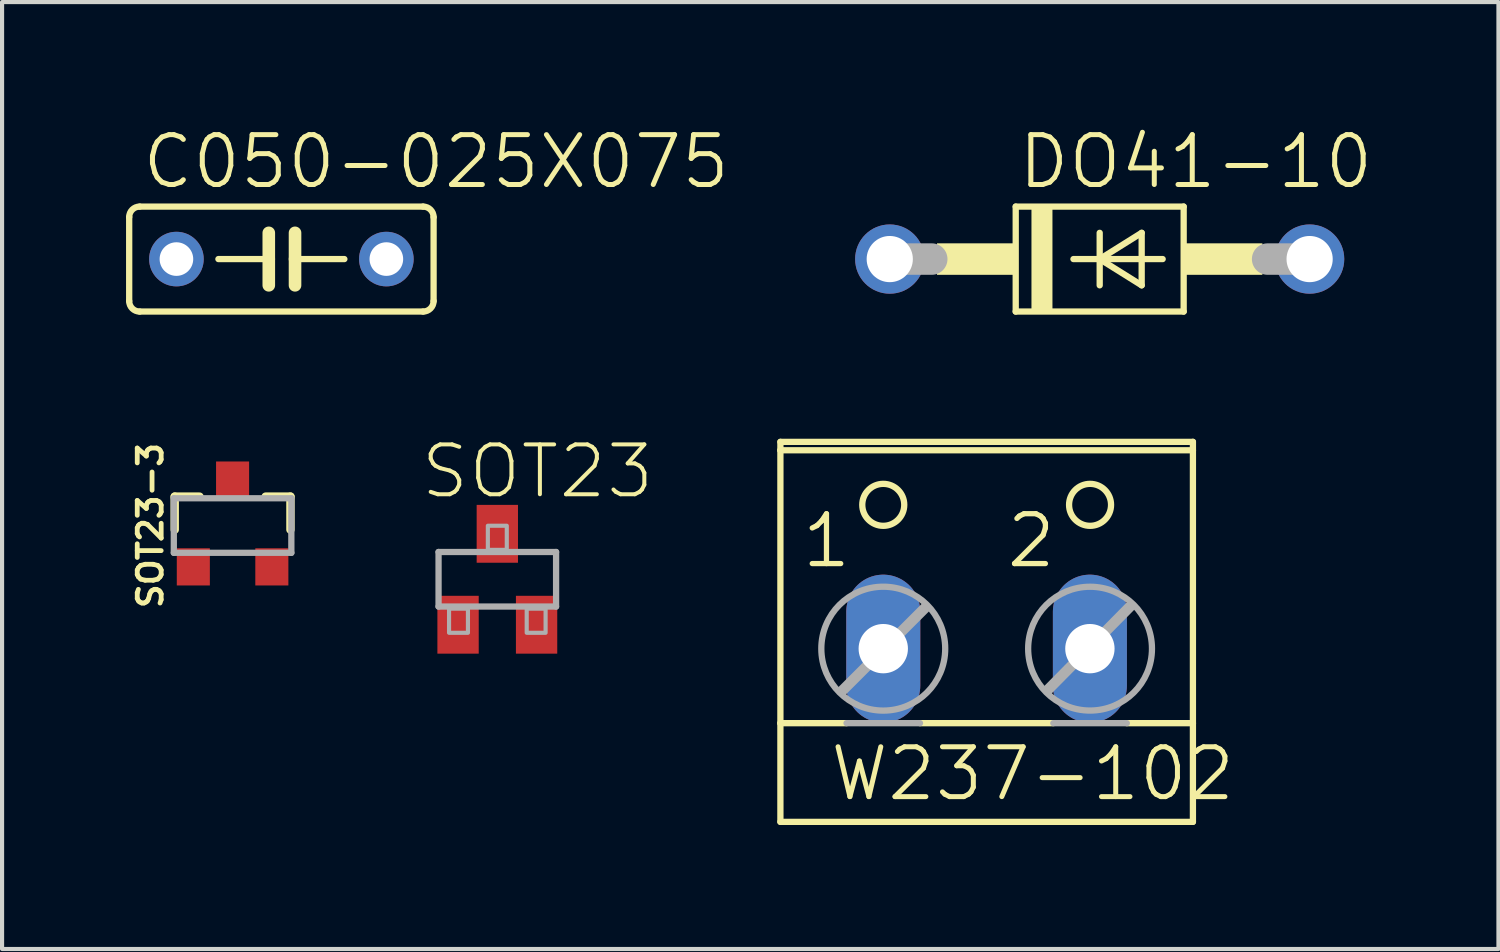
<source format=kicad_pcb>
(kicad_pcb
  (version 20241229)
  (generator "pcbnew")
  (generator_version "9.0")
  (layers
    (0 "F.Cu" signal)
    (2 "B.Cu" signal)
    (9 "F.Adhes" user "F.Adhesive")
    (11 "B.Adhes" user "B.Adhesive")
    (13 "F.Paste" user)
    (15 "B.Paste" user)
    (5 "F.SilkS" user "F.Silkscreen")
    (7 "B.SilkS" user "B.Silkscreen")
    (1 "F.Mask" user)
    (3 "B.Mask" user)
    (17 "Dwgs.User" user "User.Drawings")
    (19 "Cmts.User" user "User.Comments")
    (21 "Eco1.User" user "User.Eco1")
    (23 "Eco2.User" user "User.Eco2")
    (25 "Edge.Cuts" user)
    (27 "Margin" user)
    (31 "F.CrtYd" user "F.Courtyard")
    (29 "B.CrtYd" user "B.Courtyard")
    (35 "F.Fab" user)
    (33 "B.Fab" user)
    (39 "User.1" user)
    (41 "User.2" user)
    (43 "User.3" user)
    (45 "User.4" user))
  (footprint "SOT23"
    (layer "F.Cu")
    (at 8.984 10.967)
    (property "Reference" "SOT23" (at -1.905 -1.905 180) (layer "F.SilkS") (effects (font (size 1.206 1.206) (thickness 0.097)) (justify left bottom)))
    (attr through_hole)
    (fp_line (start -1.422 -0.66) (end 1.422 -0.66) (stroke (width 0.152) (type solid)) (layer "F.Fab"))
    (fp_line (start -1.422 0.66) (end -1.422 -0.66) (stroke (width 0.152) (type solid)) (layer "F.Fab"))
    (fp_line (start 1.422 -0.66) (end 1.422 0.66) (stroke (width 0.152) (type solid)) (layer "F.Fab"))
    (fp_line (start 1.422 0.66) (end -1.422 0.66) (stroke (width 0.152) (type solid)) (layer "F.Fab"))
    (fp_poly (pts (xy -1.168 1.295) (xy -0.711 1.295) (xy -0.711 0.711) (xy -1.168 0.711)) (stroke (width 0.1) (type solid)) (fill no) (layer "F.Fab"))
    (fp_poly (pts (xy -0.229 -0.711) (xy 0.229 -0.711) (xy 0.229 -1.295) (xy -0.229 -1.295)) (stroke (width 0.1) (type solid)) (fill no) (layer "F.Fab"))
    (fp_poly (pts (xy 0.711 1.295) (xy 1.168 1.295) (xy 1.168 0.711) (xy 0.711 0.711)) (stroke (width 0.1) (type solid)) (fill no) (layer "F.Fab"))
    (pad "1" smd rect (at -0.95 1.1) (size 1 1.4) (layers "F.Cu" "F.Mask" "F.Paste"))
    (pad "2" smd rect (at 0.95 1.1) (size 1 1.4) (layers "F.Cu" "F.Mask" "F.Paste"))
    (pad "3" smd rect (at 0 -1.1) (size 1 1.4) (layers "F.Cu" "F.Mask" "F.Paste")))
  (footprint "DO41-10"
    (layer "F.Cu")
    (at 23.56 3.219)
    (property "Reference" "DO41-10" (at -2.032 -1.651 180) (layer "F.SilkS") (effects (font (size 1.206 1.206) (thickness 0.121)) (justify left bottom)))
    (attr through_hole)
    (fp_line (start -2.032 -1.27) (end -2.032 1.27) (stroke (width 0.152) (type solid)) (layer "F.SilkS"))
    (fp_line (start -2.032 -1.27) (end 2.032 -1.27) (stroke (width 0.152) (type solid)) (layer "F.SilkS"))
    (fp_line (start -0.635 0) (end 0 0) (stroke (width 0.152) (type solid)) (layer "F.SilkS"))
    (fp_line (start 0 -0.635) (end 0 0) (stroke (width 0.152) (type solid)) (layer "F.SilkS"))
    (fp_line (start 0 0) (end 0 0.635) (stroke (width 0.152) (type solid)) (layer "F.SilkS"))
    (fp_line (start 0 0) (end 1.016 -0.635) (stroke (width 0.152) (type solid)) (layer "F.SilkS"))
    (fp_line (start 0 0) (end 1.524 0) (stroke (width 0.152) (type solid)) (layer "F.SilkS"))
    (fp_line (start 1.016 -0.635) (end 1.016 0.635) (stroke (width 0.152) (type solid)) (layer "F.SilkS"))
    (fp_line (start 1.016 0.635) (end 0 0) (stroke (width 0.152) (type solid)) (layer "F.SilkS"))
    (fp_line (start 2.032 1.27) (end -2.032 1.27) (stroke (width 0.152) (type solid)) (layer "F.SilkS"))
    (fp_line (start 2.032 1.27) (end 2.032 -1.27) (stroke (width 0.152) (type solid)) (layer "F.SilkS"))
    (fp_poly (pts (xy -3.937 0.381) (xy -2.032 0.381) (xy -2.032 -0.381) (xy -3.937 -0.381)) (stroke (width 0) (type solid)) (fill yes) (layer "F.SilkS"))
    (fp_poly (pts (xy -1.651 1.27) (xy -1.143 1.27) (xy -1.143 -1.27) (xy -1.651 -1.27)) (stroke (width 0) (type solid)) (fill yes) (layer "F.SilkS"))
    (fp_poly (pts (xy 2.032 0.381) (xy 3.937 0.381) (xy 3.937 -0.381) (xy 2.032 -0.381)) (stroke (width 0) (type solid)) (fill yes) (layer "F.SilkS"))
    (fp_line (start -5.08 0) (end -4.064 0) (stroke (width 0.762) (type solid)) (layer "F.Fab"))
    (fp_line (start 5.08 0) (end 4.064 0) (stroke (width 0.762) (type solid)) (layer "F.Fab"))
    (pad "A" thru_hole circle (at 5.08 0) (size 1.676 1.676) (drill 1.118) (layers "*.Cu" "*.Mask"))
    (pad "C" thru_hole circle (at -5.08 0) (size 1.676 1.676) (drill 1.118) (layers "*.Cu" "*.Mask")))
  (footprint "SOT23-3"
    (layer "F.Cu")
    (at 2.578 9.667)
    (property "Reference" "SOT23-3" (at -1.651 0 270) (layer "F.SilkS") (effects (font (size 0.579 0.579) (thickness 0.116)) (justify bottom)))
    (attr through_hole)
    (fp_line (start -1.4 -0.7) (end -1.4 0.1) (stroke (width 0.203) (type solid)) (layer "F.SilkS"))
    (fp_line (start -0.8 -0.7) (end -1.4 -0.7) (stroke (width 0.203) (type solid)) (layer "F.SilkS"))
    (fp_line (start 0.8 -0.7) (end 1.4 -0.7) (stroke (width 0.203) (type solid)) (layer "F.SilkS"))
    (fp_line (start 1.4 -0.7) (end 1.4 0.1) (stroke (width 0.203) (type solid)) (layer "F.SilkS"))
    (fp_line (start -1.422 -0.66) (end 1.422 -0.66) (stroke (width 0.152) (type solid)) (layer "F.Fab"))
    (fp_line (start -1.422 0.66) (end -1.422 -0.66) (stroke (width 0.152) (type solid)) (layer "F.Fab"))
    (fp_line (start 1.422 -0.66) (end 1.422 0.66) (stroke (width 0.152) (type solid)) (layer "F.Fab"))
    (fp_line (start 1.422 0.66) (end -1.422 0.66) (stroke (width 0.152) (type solid)) (layer "F.Fab"))
    (pad "1" smd rect (at -0.95 1) (size 0.8 0.9) (layers "F.Cu" "F.Mask" "F.Paste"))
    (pad "2" smd rect (at 0.95 1) (size 0.8 0.9) (layers "F.Cu" "F.Mask" "F.Paste"))
    (pad "3" smd rect (at 0 -1.1) (size 0.8 0.9) (layers "F.Cu" "F.Mask" "F.Paste")))
  (footprint "C050-025X075"
    (layer "F.Cu")
    (at 3.759 3.219)
    (property "Reference" "C050-025X075" (at -3.429 -1.651 180) (layer "F.SilkS") (effects (font (size 1.206 1.206) (thickness 0.121)) (justify left bottom)))
    (attr through_hole)
    (fp_line (start -3.683 -1.016) (end -3.683 1.016) (stroke (width 0.152) (type solid)) (layer "F.SilkS"))
    (fp_line (start -3.429 1.27) (end 3.429 1.27) (stroke (width 0.152) (type solid)) (layer "F.SilkS"))
    (fp_line (start -0.305 -0.635) (end -0.305 0) (stroke (width 0.305) (type solid)) (layer "F.SilkS"))
    (fp_line (start -0.305 0) (end -1.524 0) (stroke (width 0.152) (type solid)) (layer "F.SilkS"))
    (fp_line (start -0.305 0) (end -0.305 0.635) (stroke (width 0.305) (type solid)) (layer "F.SilkS"))
    (fp_line (start 0.33 -0.635) (end 0.33 0) (stroke (width 0.305) (type solid)) (layer "F.SilkS"))
    (fp_line (start 0.33 0) (end 0.33 0.635) (stroke (width 0.305) (type solid)) (layer "F.SilkS"))
    (fp_line (start 0.33 0) (end 1.524 0) (stroke (width 0.152) (type solid)) (layer "F.SilkS"))
    (fp_line (start 3.429 -1.27) (end -3.429 -1.27) (stroke (width 0.152) (type solid)) (layer "F.SilkS"))
    (fp_line (start 3.683 1.016) (end 3.683 -1.016) (stroke (width 0.152) (type solid)) (layer "F.SilkS"))
    (fp_arc (start -3.683 -1.016) (mid -3.608605 -1.195605) (end -3.429 -1.27) (stroke (width 0.1524) (type solid)) (layer "F.SilkS"))
    (fp_arc (start -3.429 1.27) (mid -3.608605 1.195605) (end -3.683 1.016) (stroke (width 0.1524) (type solid)) (layer "F.SilkS"))
    (fp_arc (start 3.429 -1.27) (mid 3.608605 -1.195605) (end 3.683 -1.016) (stroke (width 0.1524) (type solid)) (layer "F.SilkS"))
    (fp_arc (start 3.683 1.016) (mid 3.608605 1.195605) (end 3.429 1.27) (stroke (width 0.1524) (type solid)) (layer "F.SilkS"))
    (pad "1" thru_hole circle (at -2.54 0) (size 1.321 1.321) (drill 0.813) (layers "*.Cu" "*.Mask"))
    (pad "2" thru_hole circle (at 2.54 0) (size 1.321 1.321) (drill 0.813) (layers "*.Cu" "*.Mask")))
  (footprint "W237-102"
    (layer "F.Cu")
    (at 20.823 11.376)
    (property "Reference" "W237-102" (at -3.846 5.004 0) (layer "F.SilkS") (effects (font (size 1.206 1.206) (thickness 0.121)) (justify left bottom)))
    (attr through_hole)
    (fp_line (start -4.989 -3.531) (end -4.989 -3.734) (stroke (width 0.152) (type solid)) (layer "F.SilkS"))
    (fp_line (start -4.989 -3.531) (end 4.993 -3.531) (stroke (width 0.152) (type solid)) (layer "F.SilkS"))
    (fp_line (start -4.989 3.073) (end -4.989 -3.531) (stroke (width 0.152) (type solid)) (layer "F.SilkS"))
    (fp_line (start -4.989 3.073) (end -3.389 3.073) (stroke (width 0.152) (type solid)) (layer "F.SilkS"))
    (fp_line (start -4.989 5.461) (end -4.989 3.073) (stroke (width 0.152) (type solid)) (layer "F.SilkS"))
    (fp_line (start -4.989 5.461) (end 4.993 5.461) (stroke (width 0.152) (type solid)) (layer "F.SilkS"))
    (fp_line (start -1.611 3.073) (end 1.615 3.073) (stroke (width 0.152) (type solid)) (layer "F.SilkS"))
    (fp_line (start 3.393 3.073) (end 4.993 3.073) (stroke (width 0.152) (type solid)) (layer "F.SilkS"))
    (fp_line (start 4.993 -3.734) (end -4.989 -3.734) (stroke (width 0.152) (type solid)) (layer "F.SilkS"))
    (fp_line (start 4.993 -3.734) (end 4.993 -3.531) (stroke (width 0.152) (type solid)) (layer "F.SilkS"))
    (fp_line (start 4.993 -3.531) (end 4.993 3.073) (stroke (width 0.152) (type solid)) (layer "F.SilkS"))
    (fp_line (start 4.993 3.073) (end 4.993 5.461) (stroke (width 0.152) (type solid)) (layer "F.SilkS"))
    (fp_circle (center -2.5 -2.21) (end -1.992 -2.21) (stroke (width 0.152) (type solid)) (fill no) (layer "F.SilkS"))
    (fp_circle (center 2.504 -2.21) (end 3.012 -2.21) (stroke (width 0.152) (type solid)) (fill no) (layer "F.SilkS"))
    (fp_line (start -3.491 2.286) (end -1.484 0.279) (stroke (width 0.254) (type solid)) (layer "F.Fab"))
    (fp_line (start -3.389 3.073) (end -1.611 3.073) (stroke (width 0.152) (type solid)) (layer "F.Fab"))
    (fp_line (start 1.488 2.261) (end 3.469 0.254) (stroke (width 0.254) (type solid)) (layer "F.Fab"))
    (fp_line (start 1.615 3.073) (end 3.393 3.073) (stroke (width 0.152) (type solid)) (layer "F.Fab"))
    (fp_circle (center -2.5 1.27) (end -1.001 1.27) (stroke (width 0.152) (type solid)) (fill no) (layer "F.Fab"))
    (fp_circle (center 2.504 1.27) (end 4.002 1.27) (stroke (width 0.152) (type solid)) (fill no) (layer "F.Fab"))
    (fp_text user "1" (at -4.532 -0.635 0) (layer "F.SilkS") (effects (font (size 1.206 1.206) (thickness 0.127)) (justify left bottom)))
    (fp_text user "2" (at 0.421 -0.635 0) (layer "F.SilkS") (effects (font (size 1.206 1.206) (thickness 0.127)) (justify left bottom)))
    (pad "1" thru_hole oval (at -2.5 1.27 90) (size 3.581 1.791) (drill 1.194) (layers "*.Cu" "*.Mask"))
    (pad "2" thru_hole oval (at 2.5 1.27 90) (size 3.581 1.791) (drill 1.194) (layers "*.Cu" "*.Mask")))
  (gr_rect
    (start -3 -3)
    (end 33.209 19.913)
    (stroke (width 0.1) (type default))
    (fill no)
    (layer "Edge.Cuts")))
</source>
